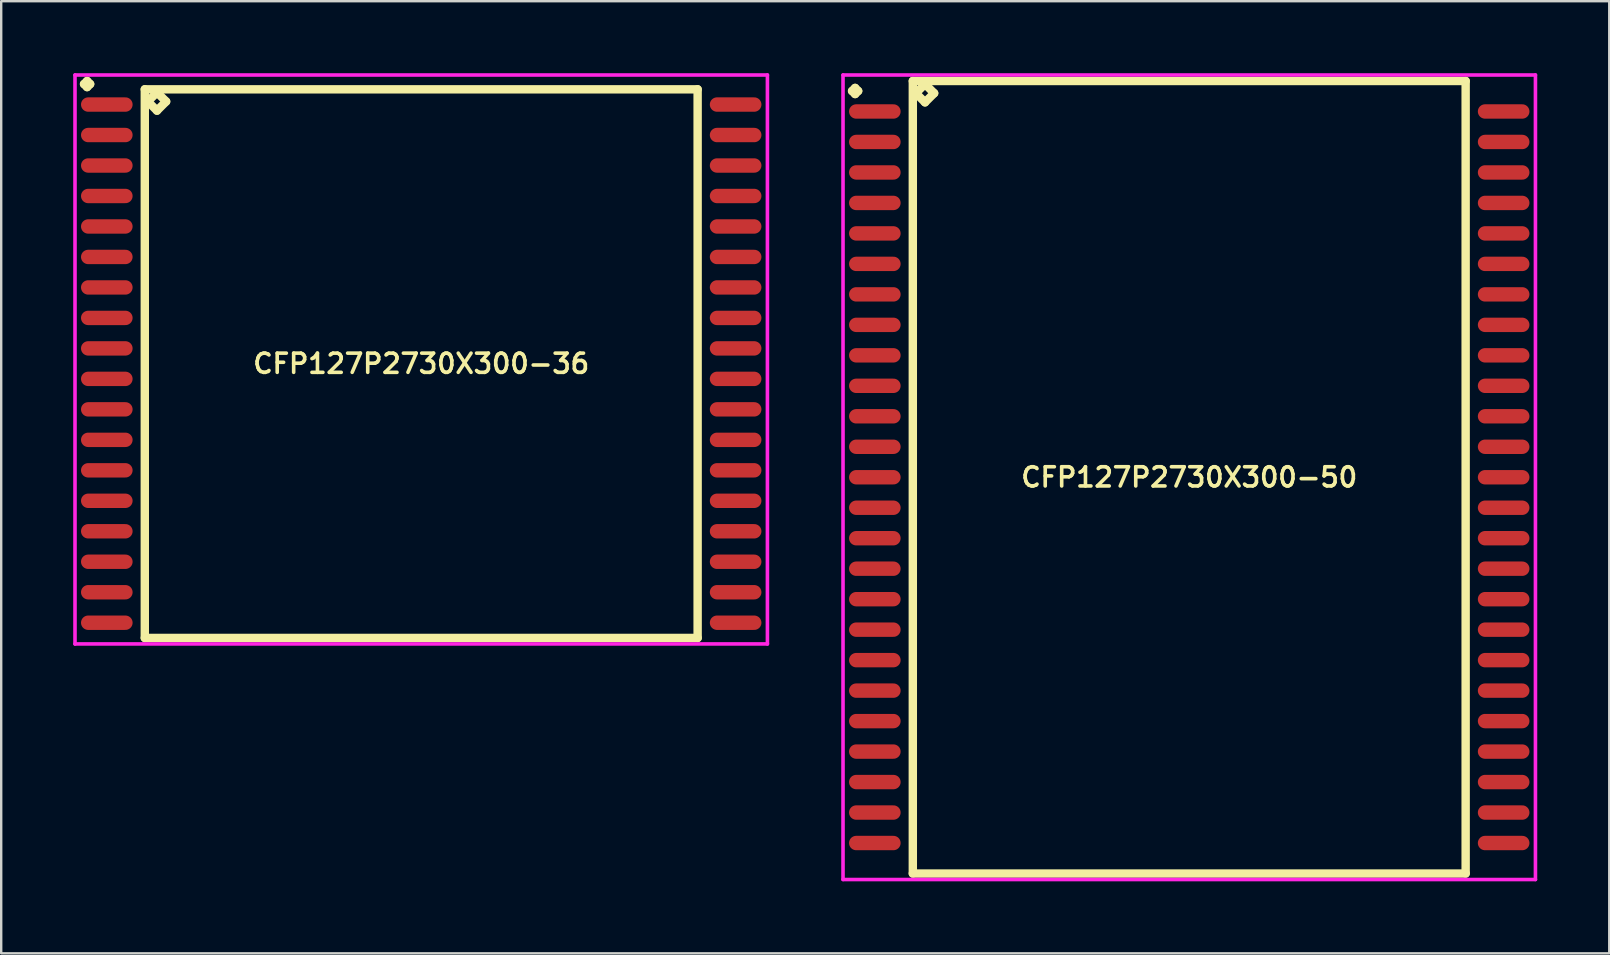
<source format=kicad_pcb>
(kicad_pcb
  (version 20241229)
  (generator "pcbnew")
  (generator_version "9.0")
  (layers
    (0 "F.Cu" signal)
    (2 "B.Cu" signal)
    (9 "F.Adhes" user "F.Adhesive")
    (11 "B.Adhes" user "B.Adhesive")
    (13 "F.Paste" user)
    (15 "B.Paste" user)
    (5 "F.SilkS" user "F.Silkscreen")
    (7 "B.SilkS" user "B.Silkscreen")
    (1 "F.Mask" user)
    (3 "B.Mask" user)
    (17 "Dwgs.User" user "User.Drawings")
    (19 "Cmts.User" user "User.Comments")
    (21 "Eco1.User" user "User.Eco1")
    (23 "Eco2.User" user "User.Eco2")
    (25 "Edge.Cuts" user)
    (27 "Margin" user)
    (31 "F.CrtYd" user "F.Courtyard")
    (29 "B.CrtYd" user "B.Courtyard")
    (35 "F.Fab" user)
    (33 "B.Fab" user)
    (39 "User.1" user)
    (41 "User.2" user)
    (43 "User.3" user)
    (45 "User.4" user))
  (footprint "CFP127P2730X300-50"
    (layer "F.Cu")
    (at 46.5 16.835)
    (property "Reference" "CFP127P2730X300-50" (at 0 0 0) (layer "F.SilkS") (effects (font (size 0.8 0.8) (thickness 0.15))))
    (attr smd)
    (fp_line (start -14.048 -16.094) (end -13.921 -16.221) (stroke (width 0.35) (type solid)) (layer "F.SilkS"))
    (fp_line (start -13.921 -16.221) (end -13.794 -16.094) (stroke (width 0.35) (type solid)) (layer "F.SilkS"))
    (fp_line (start -13.921 -15.967) (end -14.048 -16.094) (stroke (width 0.35) (type solid)) (layer "F.SilkS"))
    (fp_line (start -13.794 -16.094) (end -13.921 -15.967) (stroke (width 0.35) (type solid)) (layer "F.SilkS"))
    (fp_line (start -11.517 -16.51) (end -11.517 16.51) (stroke (width 0.35) (type solid)) (layer "F.SilkS"))
    (fp_line (start -11.517 16.51) (end 11.517 16.51) (stroke (width 0.35) (type solid)) (layer "F.SilkS"))
    (fp_line (start -11.39 -16.002) (end -11.009 -16.383) (stroke (width 0.35) (type solid)) (layer "F.SilkS"))
    (fp_line (start -11.009 -16.383) (end -10.628 -16.002) (stroke (width 0.35) (type solid)) (layer "F.SilkS"))
    (fp_line (start -11.009 -15.621) (end -11.39 -16.002) (stroke (width 0.35) (type solid)) (layer "F.SilkS"))
    (fp_line (start -10.628 -16.002) (end -11.009 -15.621) (stroke (width 0.35) (type solid)) (layer "F.SilkS"))
    (fp_line (start 11.517 -16.51) (end -11.517 -16.51) (stroke (width 0.35) (type solid)) (layer "F.SilkS"))
    (fp_line (start 11.517 16.51) (end 11.517 -16.51) (stroke (width 0.35) (type solid)) (layer "F.SilkS"))
    (fp_line (start -14.425 -16.76) (end 14.425 -16.76) (stroke (width 0.15) (type solid)) (layer "F.CrtYd"))
    (fp_line (start -14.425 16.76) (end -14.425 -16.76) (stroke (width 0.15) (type solid)) (layer "F.CrtYd"))
    (fp_line (start 14.425 -16.76) (end 14.425 16.76) (stroke (width 0.15) (type solid)) (layer "F.CrtYd"))
    (fp_line (start 14.425 16.76) (end -14.425 16.76) (stroke (width 0.15) (type solid)) (layer "F.CrtYd"))
    (pad "1" smd oval (at -13.1 -15.24) (size 2.15 0.6) (layers "F.Cu" "F.Mask" "F.Paste"))
    (pad "2" smd oval (at -13.1 -13.97) (size 2.15 0.6) (layers "F.Cu" "F.Mask" "F.Paste"))
    (pad "3" smd oval (at -13.1 -12.7) (size 2.15 0.6) (layers "F.Cu" "F.Mask" "F.Paste"))
    (pad "4" smd oval (at -13.1 -11.43) (size 2.15 0.6) (layers "F.Cu" "F.Mask" "F.Paste"))
    (pad "5" smd oval (at -13.1 -10.16) (size 2.15 0.6) (layers "F.Cu" "F.Mask" "F.Paste"))
    (pad "6" smd oval (at -13.1 -8.89) (size 2.15 0.6) (layers "F.Cu" "F.Mask" "F.Paste"))
    (pad "7" smd oval (at -13.1 -7.62) (size 2.15 0.6) (layers "F.Cu" "F.Mask" "F.Paste"))
    (pad "8" smd oval (at -13.1 -6.35) (size 2.15 0.6) (layers "F.Cu" "F.Mask" "F.Paste"))
    (pad "9" smd oval (at -13.1 -5.08) (size 2.15 0.6) (layers "F.Cu" "F.Mask" "F.Paste"))
    (pad "10" smd oval (at -13.1 -3.81) (size 2.15 0.6) (layers "F.Cu" "F.Mask" "F.Paste"))
    (pad "11" smd oval (at -13.1 -2.54) (size 2.15 0.6) (layers "F.Cu" "F.Mask" "F.Paste"))
    (pad "12" smd oval (at -13.1 -1.27) (size 2.15 0.6) (layers "F.Cu" "F.Mask" "F.Paste"))
    (pad "13" smd oval (at -13.1 0) (size 2.15 0.6) (layers "F.Cu" "F.Mask" "F.Paste"))
    (pad "14" smd oval (at -13.1 1.27) (size 2.15 0.6) (layers "F.Cu" "F.Mask" "F.Paste"))
    (pad "15" smd oval (at -13.1 2.54) (size 2.15 0.6) (layers "F.Cu" "F.Mask" "F.Paste"))
    (pad "16" smd oval (at -13.1 3.81) (size 2.15 0.6) (layers "F.Cu" "F.Mask" "F.Paste"))
    (pad "17" smd oval (at -13.1 5.08) (size 2.15 0.6) (layers "F.Cu" "F.Mask" "F.Paste"))
    (pad "18" smd oval (at -13.1 6.35) (size 2.15 0.6) (layers "F.Cu" "F.Mask" "F.Paste"))
    (pad "19" smd oval (at -13.1 7.62) (size 2.15 0.6) (layers "F.Cu" "F.Mask" "F.Paste"))
    (pad "20" smd oval (at -13.1 8.89) (size 2.15 0.6) (layers "F.Cu" "F.Mask" "F.Paste"))
    (pad "21" smd oval (at -13.1 10.16) (size 2.15 0.6) (layers "F.Cu" "F.Mask" "F.Paste"))
    (pad "22" smd oval (at -13.1 11.43) (size 2.15 0.6) (layers "F.Cu" "F.Mask" "F.Paste"))
    (pad "23" smd oval (at -13.1 12.7) (size 2.15 0.6) (layers "F.Cu" "F.Mask" "F.Paste"))
    (pad "24" smd oval (at -13.1 13.97) (size 2.15 0.6) (layers "F.Cu" "F.Mask" "F.Paste"))
    (pad "25" smd oval (at -13.1 15.24) (size 2.15 0.6) (layers "F.Cu" "F.Mask" "F.Paste"))
    (pad "26" smd oval (at 13.1 15.24) (size 2.15 0.6) (layers "F.Cu" "F.Mask" "F.Paste"))
    (pad "27" smd oval (at 13.1 13.97) (size 2.15 0.6) (layers "F.Cu" "F.Mask" "F.Paste"))
    (pad "28" smd oval (at 13.1 12.7) (size 2.15 0.6) (layers "F.Cu" "F.Mask" "F.Paste"))
    (pad "29" smd oval (at 13.1 11.43) (size 2.15 0.6) (layers "F.Cu" "F.Mask" "F.Paste"))
    (pad "30" smd oval (at 13.1 10.16) (size 2.15 0.6) (layers "F.Cu" "F.Mask" "F.Paste"))
    (pad "31" smd oval (at 13.1 8.89) (size 2.15 0.6) (layers "F.Cu" "F.Mask" "F.Paste"))
    (pad "32" smd oval (at 13.1 7.62) (size 2.15 0.6) (layers "F.Cu" "F.Mask" "F.Paste"))
    (pad "33" smd oval (at 13.1 6.35) (size 2.15 0.6) (layers "F.Cu" "F.Mask" "F.Paste"))
    (pad "34" smd oval (at 13.1 5.08) (size 2.15 0.6) (layers "F.Cu" "F.Mask" "F.Paste"))
    (pad "35" smd oval (at 13.1 3.81) (size 2.15 0.6) (layers "F.Cu" "F.Mask" "F.Paste"))
    (pad "36" smd oval (at 13.1 2.54) (size 2.15 0.6) (layers "F.Cu" "F.Mask" "F.Paste"))
    (pad "37" smd oval (at 13.1 1.27) (size 2.15 0.6) (layers "F.Cu" "F.Mask" "F.Paste"))
    (pad "38" smd oval (at 13.1 0) (size 2.15 0.6) (layers "F.Cu" "F.Mask" "F.Paste"))
    (pad "39" smd oval (at 13.1 -1.27) (size 2.15 0.6) (layers "F.Cu" "F.Mask" "F.Paste"))
    (pad "40" smd oval (at 13.1 -2.54) (size 2.15 0.6) (layers "F.Cu" "F.Mask" "F.Paste"))
    (pad "41" smd oval (at 13.1 -3.81) (size 2.15 0.6) (layers "F.Cu" "F.Mask" "F.Paste"))
    (pad "42" smd oval (at 13.1 -5.08) (size 2.15 0.6) (layers "F.Cu" "F.Mask" "F.Paste"))
    (pad "43" smd oval (at 13.1 -6.35) (size 2.15 0.6) (layers "F.Cu" "F.Mask" "F.Paste"))
    (pad "44" smd oval (at 13.1 -7.62) (size 2.15 0.6) (layers "F.Cu" "F.Mask" "F.Paste"))
    (pad "45" smd oval (at 13.1 -8.89) (size 2.15 0.6) (layers "F.Cu" "F.Mask" "F.Paste"))
    (pad "46" smd oval (at 13.1 -10.16) (size 2.15 0.6) (layers "F.Cu" "F.Mask" "F.Paste"))
    (pad "47" smd oval (at 13.1 -11.43) (size 2.15 0.6) (layers "F.Cu" "F.Mask" "F.Paste"))
    (pad "48" smd oval (at 13.1 -12.7) (size 2.15 0.6) (layers "F.Cu" "F.Mask" "F.Paste"))
    (pad "49" smd oval (at 13.1 -13.97) (size 2.15 0.6) (layers "F.Cu" "F.Mask" "F.Paste"))
    (pad "50" smd oval (at 13.1 -15.24) (size 2.15 0.6) (layers "F.Cu" "F.Mask" "F.Paste")))
  (footprint "CFP127P2730X300-36"
    (layer "F.Cu")
    (at 14.5 12.101)
    (property "Reference" "CFP127P2730X300-36" (at 0 0 0) (layer "F.SilkS") (effects (font (size 0.8 0.8) (thickness 0.15))))
    (attr smd)
    (fp_line (start -14.048 -11.649) (end -13.921 -11.776) (stroke (width 0.35) (type solid)) (layer "F.SilkS"))
    (fp_line (start -13.921 -11.776) (end -13.794 -11.649) (stroke (width 0.35) (type solid)) (layer "F.SilkS"))
    (fp_line (start -13.921 -11.522) (end -14.048 -11.649) (stroke (width 0.35) (type solid)) (layer "F.SilkS"))
    (fp_line (start -13.794 -11.649) (end -13.921 -11.522) (stroke (width 0.35) (type solid)) (layer "F.SilkS"))
    (fp_line (start -11.517 -11.43) (end -11.517 11.43) (stroke (width 0.35) (type solid)) (layer "F.SilkS"))
    (fp_line (start -11.517 11.43) (end 11.517 11.43) (stroke (width 0.35) (type solid)) (layer "F.SilkS"))
    (fp_line (start -11.39 -10.922) (end -11.009 -11.303) (stroke (width 0.35) (type solid)) (layer "F.SilkS"))
    (fp_line (start -11.009 -11.303) (end -10.628 -10.922) (stroke (width 0.35) (type solid)) (layer "F.SilkS"))
    (fp_line (start -11.009 -10.541) (end -11.39 -10.922) (stroke (width 0.35) (type solid)) (layer "F.SilkS"))
    (fp_line (start -10.628 -10.922) (end -11.009 -10.541) (stroke (width 0.35) (type solid)) (layer "F.SilkS"))
    (fp_line (start 11.517 -11.43) (end -11.517 -11.43) (stroke (width 0.35) (type solid)) (layer "F.SilkS"))
    (fp_line (start 11.517 11.43) (end 11.517 -11.43) (stroke (width 0.35) (type solid)) (layer "F.SilkS"))
    (fp_line (start -14.425 -12.026) (end 14.425 -12.026) (stroke (width 0.15) (type solid)) (layer "F.CrtYd"))
    (fp_line (start -14.425 11.68) (end -14.425 -12.026) (stroke (width 0.15) (type solid)) (layer "F.CrtYd"))
    (fp_line (start 14.425 -12.026) (end 14.425 11.68) (stroke (width 0.15) (type solid)) (layer "F.CrtYd"))
    (fp_line (start 14.425 11.68) (end -14.425 11.68) (stroke (width 0.15) (type solid)) (layer "F.CrtYd"))
    (pad "1" smd oval (at -13.1 -10.795) (size 2.15 0.6) (layers "F.Cu" "F.Mask" "F.Paste"))
    (pad "2" smd oval (at -13.1 -9.525) (size 2.15 0.6) (layers "F.Cu" "F.Mask" "F.Paste"))
    (pad "3" smd oval (at -13.1 -8.255) (size 2.15 0.6) (layers "F.Cu" "F.Mask" "F.Paste"))
    (pad "4" smd oval (at -13.1 -6.985) (size 2.15 0.6) (layers "F.Cu" "F.Mask" "F.Paste"))
    (pad "5" smd oval (at -13.1 -5.715) (size 2.15 0.6) (layers "F.Cu" "F.Mask" "F.Paste"))
    (pad "6" smd oval (at -13.1 -4.445) (size 2.15 0.6) (layers "F.Cu" "F.Mask" "F.Paste"))
    (pad "7" smd oval (at -13.1 -3.175) (size 2.15 0.6) (layers "F.Cu" "F.Mask" "F.Paste"))
    (pad "8" smd oval (at -13.1 -1.905) (size 2.15 0.6) (layers "F.Cu" "F.Mask" "F.Paste"))
    (pad "9" smd oval (at -13.1 -0.635) (size 2.15 0.6) (layers "F.Cu" "F.Mask" "F.Paste"))
    (pad "10" smd oval (at -13.1 0.635) (size 2.15 0.6) (layers "F.Cu" "F.Mask" "F.Paste"))
    (pad "11" smd oval (at -13.1 1.905) (size 2.15 0.6) (layers "F.Cu" "F.Mask" "F.Paste"))
    (pad "12" smd oval (at -13.1 3.175) (size 2.15 0.6) (layers "F.Cu" "F.Mask" "F.Paste"))
    (pad "13" smd oval (at -13.1 4.445) (size 2.15 0.6) (layers "F.Cu" "F.Mask" "F.Paste"))
    (pad "14" smd oval (at -13.1 5.715) (size 2.15 0.6) (layers "F.Cu" "F.Mask" "F.Paste"))
    (pad "15" smd oval (at -13.1 6.985) (size 2.15 0.6) (layers "F.Cu" "F.Mask" "F.Paste"))
    (pad "16" smd oval (at -13.1 8.255) (size 2.15 0.6) (layers "F.Cu" "F.Mask" "F.Paste"))
    (pad "17" smd oval (at -13.1 9.525) (size 2.15 0.6) (layers "F.Cu" "F.Mask" "F.Paste"))
    (pad "18" smd oval (at -13.1 10.795) (size 2.15 0.6) (layers "F.Cu" "F.Mask" "F.Paste"))
    (pad "19" smd oval (at 13.1 10.795) (size 2.15 0.6) (layers "F.Cu" "F.Mask" "F.Paste"))
    (pad "20" smd oval (at 13.1 9.525) (size 2.15 0.6) (layers "F.Cu" "F.Mask" "F.Paste"))
    (pad "21" smd oval (at 13.1 8.255) (size 2.15 0.6) (layers "F.Cu" "F.Mask" "F.Paste"))
    (pad "22" smd oval (at 13.1 6.985) (size 2.15 0.6) (layers "F.Cu" "F.Mask" "F.Paste"))
    (pad "23" smd oval (at 13.1 5.715) (size 2.15 0.6) (layers "F.Cu" "F.Mask" "F.Paste"))
    (pad "24" smd oval (at 13.1 4.445) (size 2.15 0.6) (layers "F.Cu" "F.Mask" "F.Paste"))
    (pad "25" smd oval (at 13.1 3.175) (size 2.15 0.6) (layers "F.Cu" "F.Mask" "F.Paste"))
    (pad "26" smd oval (at 13.1 1.905) (size 2.15 0.6) (layers "F.Cu" "F.Mask" "F.Paste"))
    (pad "27" smd oval (at 13.1 0.635) (size 2.15 0.6) (layers "F.Cu" "F.Mask" "F.Paste"))
    (pad "28" smd oval (at 13.1 -0.635) (size 2.15 0.6) (layers "F.Cu" "F.Mask" "F.Paste"))
    (pad "29" smd oval (at 13.1 -1.905) (size 2.15 0.6) (layers "F.Cu" "F.Mask" "F.Paste"))
    (pad "30" smd oval (at 13.1 -3.175) (size 2.15 0.6) (layers "F.Cu" "F.Mask" "F.Paste"))
    (pad "31" smd oval (at 13.1 -4.445) (size 2.15 0.6) (layers "F.Cu" "F.Mask" "F.Paste"))
    (pad "32" smd oval (at 13.1 -5.715) (size 2.15 0.6) (layers "F.Cu" "F.Mask" "F.Paste"))
    (pad "33" smd oval (at 13.1 -6.985) (size 2.15 0.6) (layers "F.Cu" "F.Mask" "F.Paste"))
    (pad "34" smd oval (at 13.1 -8.255) (size 2.15 0.6) (layers "F.Cu" "F.Mask" "F.Paste"))
    (pad "35" smd oval (at 13.1 -9.525) (size 2.15 0.6) (layers "F.Cu" "F.Mask" "F.Paste"))
    (pad "36" smd oval (at 13.1 -10.795) (size 2.15 0.6) (layers "F.Cu" "F.Mask" "F.Paste")))
  (gr_rect
    (start -3 -3)
    (end 64 36.67)
    (stroke (width 0.1) (type default))
    (fill no)
    (layer "Edge.Cuts")))
</source>
